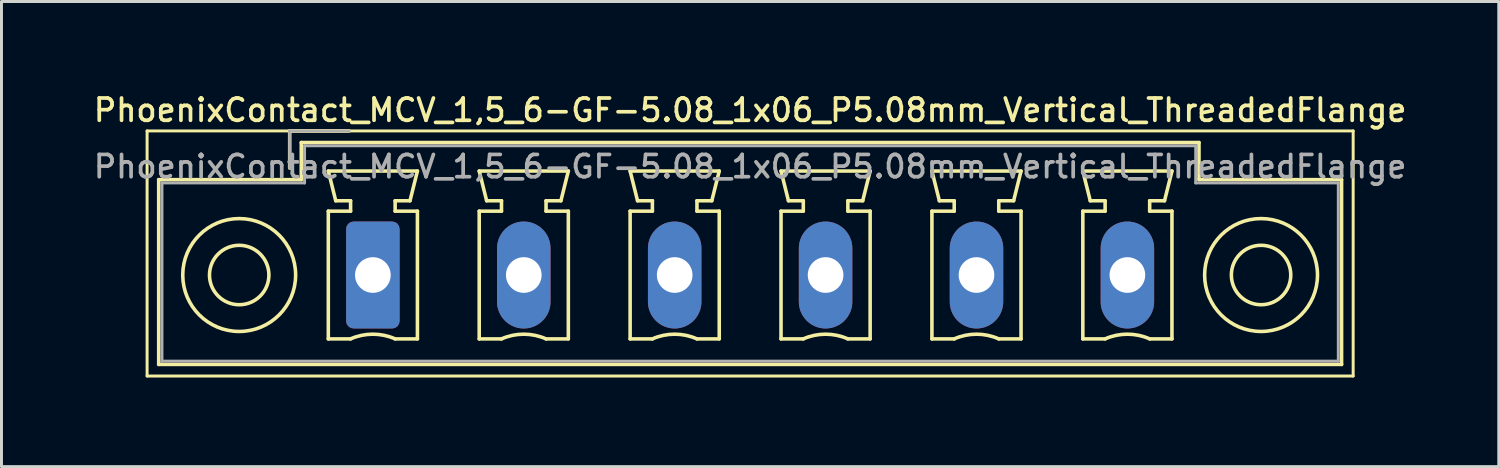
<source format=kicad_pcb>
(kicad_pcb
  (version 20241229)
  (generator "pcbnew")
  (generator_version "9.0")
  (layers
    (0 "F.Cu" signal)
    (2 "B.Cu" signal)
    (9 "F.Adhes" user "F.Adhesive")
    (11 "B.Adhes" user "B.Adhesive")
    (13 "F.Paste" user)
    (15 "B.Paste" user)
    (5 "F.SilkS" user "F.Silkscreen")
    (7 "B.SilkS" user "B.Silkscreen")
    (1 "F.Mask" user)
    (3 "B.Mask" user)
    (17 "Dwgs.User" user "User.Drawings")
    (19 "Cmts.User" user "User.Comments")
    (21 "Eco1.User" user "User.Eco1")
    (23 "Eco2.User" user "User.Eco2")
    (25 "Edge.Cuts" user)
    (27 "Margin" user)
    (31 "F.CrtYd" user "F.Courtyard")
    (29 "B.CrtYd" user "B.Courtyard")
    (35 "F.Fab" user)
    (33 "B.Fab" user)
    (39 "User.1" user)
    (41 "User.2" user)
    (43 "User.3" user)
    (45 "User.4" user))
  (footprint "PhoenixContact_MCV_1,5_6-GF-5.08_1x06_P5.08mm_Vertical_ThreadedFlange"
    (layer "F.Cu")
    (at 9.502 6.208)
    (property "Reference" "PhoenixContact_MCV_1,5_6-GF-5.08_1x06_P5.08mm_Vertical_ThreadedFlange" (at 12.7 -5.55 0) (layer "F.SilkS") (effects (font (size 0.75 0.75) (thickness 0.125))))
    (attr through_hole)
    (fp_line (start -7.6 -4.85) (end -7.6 3.4) (stroke (width 0.1) (type solid)) (layer "F.SilkS"))
    (fp_line (start -7.6 3.4) (end 33 3.4) (stroke (width 0.1) (type solid)) (layer "F.SilkS"))
    (fp_line (start -7.21 -3.21) (end -7.21 3.01) (stroke (width 0.12) (type solid)) (layer "F.SilkS"))
    (fp_line (start -7.21 3.01) (end 32.61 3.01) (stroke (width 0.12) (type solid)) (layer "F.SilkS"))
    (fp_line (start -2.8 -4.85) (end -0.8 -4.85) (stroke (width 0.12) (type solid)) (layer "F.SilkS"))
    (fp_line (start -2.8 -3.6) (end -2.8 -4.85) (stroke (width 0.12) (type solid)) (layer "F.SilkS"))
    (fp_line (start -2.41 -4.46) (end -2.41 -3.21) (stroke (width 0.12) (type solid)) (layer "F.SilkS"))
    (fp_line (start -2.41 -3.21) (end -7.21 -3.21) (stroke (width 0.12) (type solid)) (layer "F.SilkS"))
    (fp_line (start -1.5 -3.5) (end 1.5 -3.5) (stroke (width 0.12) (type solid)) (layer "F.SilkS"))
    (fp_line (start -1.5 -2.15) (end -0.75 -2.15) (stroke (width 0.12) (type solid)) (layer "F.SilkS"))
    (fp_line (start -1.5 2.15) (end -1.5 -2.15) (stroke (width 0.12) (type solid)) (layer "F.SilkS"))
    (fp_line (start -1.25 -2.5) (end -1.5 -3.5) (stroke (width 0.12) (type solid)) (layer "F.SilkS"))
    (fp_line (start -0.75 -2.5) (end -1.25 -2.5) (stroke (width 0.12) (type solid)) (layer "F.SilkS"))
    (fp_line (start -0.75 -2.15) (end -0.75 -2.5) (stroke (width 0.12) (type solid)) (layer "F.SilkS"))
    (fp_line (start -0.75 2.15) (end -1.5 2.15) (stroke (width 0.12) (type solid)) (layer "F.SilkS"))
    (fp_line (start 0.75 -2.5) (end 0.75 -2.15) (stroke (width 0.12) (type solid)) (layer "F.SilkS"))
    (fp_line (start 0.75 -2.15) (end 1.5 -2.15) (stroke (width 0.12) (type solid)) (layer "F.SilkS"))
    (fp_line (start 1.25 -2.5) (end 0.75 -2.5) (stroke (width 0.12) (type solid)) (layer "F.SilkS"))
    (fp_line (start 1.5 -3.5) (end 1.25 -2.5) (stroke (width 0.12) (type solid)) (layer "F.SilkS"))
    (fp_line (start 1.5 -2.15) (end 1.5 2.15) (stroke (width 0.12) (type solid)) (layer "F.SilkS"))
    (fp_line (start 1.5 2.15) (end 0.75 2.15) (stroke (width 0.12) (type solid)) (layer "F.SilkS"))
    (fp_line (start 3.58 -3.5) (end 6.58 -3.5) (stroke (width 0.12) (type solid)) (layer "F.SilkS"))
    (fp_line (start 3.58 -2.15) (end 4.33 -2.15) (stroke (width 0.12) (type solid)) (layer "F.SilkS"))
    (fp_line (start 3.58 2.15) (end 3.58 -2.15) (stroke (width 0.12) (type solid)) (layer "F.SilkS"))
    (fp_line (start 3.83 -2.5) (end 3.58 -3.5) (stroke (width 0.12) (type solid)) (layer "F.SilkS"))
    (fp_line (start 4.33 -2.5) (end 3.83 -2.5) (stroke (width 0.12) (type solid)) (layer "F.SilkS"))
    (fp_line (start 4.33 -2.15) (end 4.33 -2.5) (stroke (width 0.12) (type solid)) (layer "F.SilkS"))
    (fp_line (start 4.33 2.15) (end 3.58 2.15) (stroke (width 0.12) (type solid)) (layer "F.SilkS"))
    (fp_line (start 5.83 -2.5) (end 5.83 -2.15) (stroke (width 0.12) (type solid)) (layer "F.SilkS"))
    (fp_line (start 5.83 -2.15) (end 6.58 -2.15) (stroke (width 0.12) (type solid)) (layer "F.SilkS"))
    (fp_line (start 6.33 -2.5) (end 5.83 -2.5) (stroke (width 0.12) (type solid)) (layer "F.SilkS"))
    (fp_line (start 6.58 -3.5) (end 6.33 -2.5) (stroke (width 0.12) (type solid)) (layer "F.SilkS"))
    (fp_line (start 6.58 -2.15) (end 6.58 2.15) (stroke (width 0.12) (type solid)) (layer "F.SilkS"))
    (fp_line (start 6.58 2.15) (end 5.83 2.15) (stroke (width 0.12) (type solid)) (layer "F.SilkS"))
    (fp_line (start 8.66 -3.5) (end 11.66 -3.5) (stroke (width 0.12) (type solid)) (layer "F.SilkS"))
    (fp_line (start 8.66 -2.15) (end 9.41 -2.15) (stroke (width 0.12) (type solid)) (layer "F.SilkS"))
    (fp_line (start 8.66 2.15) (end 8.66 -2.15) (stroke (width 0.12) (type solid)) (layer "F.SilkS"))
    (fp_line (start 8.91 -2.5) (end 8.66 -3.5) (stroke (width 0.12) (type solid)) (layer "F.SilkS"))
    (fp_line (start 9.41 -2.5) (end 8.91 -2.5) (stroke (width 0.12) (type solid)) (layer "F.SilkS"))
    (fp_line (start 9.41 -2.15) (end 9.41 -2.5) (stroke (width 0.12) (type solid)) (layer "F.SilkS"))
    (fp_line (start 9.41 2.15) (end 8.66 2.15) (stroke (width 0.12) (type solid)) (layer "F.SilkS"))
    (fp_line (start 10.91 -2.5) (end 10.91 -2.15) (stroke (width 0.12) (type solid)) (layer "F.SilkS"))
    (fp_line (start 10.91 -2.15) (end 11.66 -2.15) (stroke (width 0.12) (type solid)) (layer "F.SilkS"))
    (fp_line (start 11.41 -2.5) (end 10.91 -2.5) (stroke (width 0.12) (type solid)) (layer "F.SilkS"))
    (fp_line (start 11.66 -3.5) (end 11.41 -2.5) (stroke (width 0.12) (type solid)) (layer "F.SilkS"))
    (fp_line (start 11.66 -2.15) (end 11.66 2.15) (stroke (width 0.12) (type solid)) (layer "F.SilkS"))
    (fp_line (start 11.66 2.15) (end 10.91 2.15) (stroke (width 0.12) (type solid)) (layer "F.SilkS"))
    (fp_line (start 13.74 -3.5) (end 16.74 -3.5) (stroke (width 0.12) (type solid)) (layer "F.SilkS"))
    (fp_line (start 13.74 -2.15) (end 14.49 -2.15) (stroke (width 0.12) (type solid)) (layer "F.SilkS"))
    (fp_line (start 13.74 2.15) (end 13.74 -2.15) (stroke (width 0.12) (type solid)) (layer "F.SilkS"))
    (fp_line (start 13.99 -2.5) (end 13.74 -3.5) (stroke (width 0.12) (type solid)) (layer "F.SilkS"))
    (fp_line (start 14.49 -2.5) (end 13.99 -2.5) (stroke (width 0.12) (type solid)) (layer "F.SilkS"))
    (fp_line (start 14.49 -2.15) (end 14.49 -2.5) (stroke (width 0.12) (type solid)) (layer "F.SilkS"))
    (fp_line (start 14.49 2.15) (end 13.74 2.15) (stroke (width 0.12) (type solid)) (layer "F.SilkS"))
    (fp_line (start 15.99 -2.5) (end 15.99 -2.15) (stroke (width 0.12) (type solid)) (layer "F.SilkS"))
    (fp_line (start 15.99 -2.15) (end 16.74 -2.15) (stroke (width 0.12) (type solid)) (layer "F.SilkS"))
    (fp_line (start 16.49 -2.5) (end 15.99 -2.5) (stroke (width 0.12) (type solid)) (layer "F.SilkS"))
    (fp_line (start 16.74 -3.5) (end 16.49 -2.5) (stroke (width 0.12) (type solid)) (layer "F.SilkS"))
    (fp_line (start 16.74 -2.15) (end 16.74 2.15) (stroke (width 0.12) (type solid)) (layer "F.SilkS"))
    (fp_line (start 16.74 2.15) (end 15.99 2.15) (stroke (width 0.12) (type solid)) (layer "F.SilkS"))
    (fp_line (start 18.82 -3.5) (end 21.82 -3.5) (stroke (width 0.12) (type solid)) (layer "F.SilkS"))
    (fp_line (start 18.82 -2.15) (end 19.57 -2.15) (stroke (width 0.12) (type solid)) (layer "F.SilkS"))
    (fp_line (start 18.82 2.15) (end 18.82 -2.15) (stroke (width 0.12) (type solid)) (layer "F.SilkS"))
    (fp_line (start 19.07 -2.5) (end 18.82 -3.5) (stroke (width 0.12) (type solid)) (layer "F.SilkS"))
    (fp_line (start 19.57 -2.5) (end 19.07 -2.5) (stroke (width 0.12) (type solid)) (layer "F.SilkS"))
    (fp_line (start 19.57 -2.15) (end 19.57 -2.5) (stroke (width 0.12) (type solid)) (layer "F.SilkS"))
    (fp_line (start 19.57 2.15) (end 18.82 2.15) (stroke (width 0.12) (type solid)) (layer "F.SilkS"))
    (fp_line (start 21.07 -2.5) (end 21.07 -2.15) (stroke (width 0.12) (type solid)) (layer "F.SilkS"))
    (fp_line (start 21.07 -2.15) (end 21.82 -2.15) (stroke (width 0.12) (type solid)) (layer "F.SilkS"))
    (fp_line (start 21.57 -2.5) (end 21.07 -2.5) (stroke (width 0.12) (type solid)) (layer "F.SilkS"))
    (fp_line (start 21.82 -3.5) (end 21.57 -2.5) (stroke (width 0.12) (type solid)) (layer "F.SilkS"))
    (fp_line (start 21.82 -2.15) (end 21.82 2.15) (stroke (width 0.12) (type solid)) (layer "F.SilkS"))
    (fp_line (start 21.82 2.15) (end 21.07 2.15) (stroke (width 0.12) (type solid)) (layer "F.SilkS"))
    (fp_line (start 23.9 -3.5) (end 26.9 -3.5) (stroke (width 0.12) (type solid)) (layer "F.SilkS"))
    (fp_line (start 23.9 -2.15) (end 24.65 -2.15) (stroke (width 0.12) (type solid)) (layer "F.SilkS"))
    (fp_line (start 23.9 2.15) (end 23.9 -2.15) (stroke (width 0.12) (type solid)) (layer "F.SilkS"))
    (fp_line (start 24.15 -2.5) (end 23.9 -3.5) (stroke (width 0.12) (type solid)) (layer "F.SilkS"))
    (fp_line (start 24.65 -2.5) (end 24.15 -2.5) (stroke (width 0.12) (type solid)) (layer "F.SilkS"))
    (fp_line (start 24.65 -2.15) (end 24.65 -2.5) (stroke (width 0.12) (type solid)) (layer "F.SilkS"))
    (fp_line (start 24.65 2.15) (end 23.9 2.15) (stroke (width 0.12) (type solid)) (layer "F.SilkS"))
    (fp_line (start 26.15 -2.5) (end 26.15 -2.15) (stroke (width 0.12) (type solid)) (layer "F.SilkS"))
    (fp_line (start 26.15 -2.15) (end 26.9 -2.15) (stroke (width 0.12) (type solid)) (layer "F.SilkS"))
    (fp_line (start 26.65 -2.5) (end 26.15 -2.5) (stroke (width 0.12) (type solid)) (layer "F.SilkS"))
    (fp_line (start 26.9 -3.5) (end 26.65 -2.5) (stroke (width 0.12) (type solid)) (layer "F.SilkS"))
    (fp_line (start 26.9 -2.15) (end 26.9 2.15) (stroke (width 0.12) (type solid)) (layer "F.SilkS"))
    (fp_line (start 26.9 2.15) (end 26.15 2.15) (stroke (width 0.12) (type solid)) (layer "F.SilkS"))
    (fp_line (start 27.81 -4.46) (end -2.41 -4.46) (stroke (width 0.12) (type solid)) (layer "F.SilkS"))
    (fp_line (start 27.81 -3.21) (end 27.81 -4.46) (stroke (width 0.12) (type solid)) (layer "F.SilkS"))
    (fp_line (start 32.61 -3.21) (end 27.81 -3.21) (stroke (width 0.12) (type solid)) (layer "F.SilkS"))
    (fp_line (start 32.61 3.01) (end 32.61 -3.21) (stroke (width 0.12) (type solid)) (layer "F.SilkS"))
    (fp_line (start 33 -4.85) (end -7.6 -4.85) (stroke (width 0.1) (type solid)) (layer "F.SilkS"))
    (fp_line (start 33 3.4) (end 33 -4.85) (stroke (width 0.1) (type solid)) (layer "F.SilkS"))
    (fp_arc (start -0.75 2.15) (mid -0.000193 1.99191) (end 0.749647 2.149844) (stroke (width 0.12) (type solid)) (layer "F.SilkS"))
    (fp_arc (start 4.33 2.15) (mid 5.079807 1.99191) (end 5.829647 2.149844) (stroke (width 0.12) (type solid)) (layer "F.SilkS"))
    (fp_arc (start 9.41 2.15) (mid 10.159807 1.99191) (end 10.909647 2.149844) (stroke (width 0.12) (type solid)) (layer "F.SilkS"))
    (fp_arc (start 14.49 2.15) (mid 15.239807 1.99191) (end 15.989647 2.149844) (stroke (width 0.12) (type solid)) (layer "F.SilkS"))
    (fp_arc (start 19.57 2.15) (mid 20.319807 1.99191) (end 21.069647 2.149844) (stroke (width 0.12) (type solid)) (layer "F.SilkS"))
    (fp_arc (start 24.65 2.15) (mid 25.399807 1.99191) (end 26.149647 2.149844) (stroke (width 0.12) (type solid)) (layer "F.SilkS"))
    (fp_circle (center -4.5 0) (end -3.5 0) (stroke (width 0.12) (type solid)) (fill no) (layer "F.SilkS"))
    (fp_circle (center -4.5 0) (end -2.6 0) (stroke (width 0.12) (type solid)) (fill no) (layer "F.SilkS"))
    (fp_circle (center 29.9 0) (end 30.9 0) (stroke (width 0.12) (type solid)) (fill no) (layer "F.SilkS"))
    (fp_circle (center 29.9 0) (end 31.8 0) (stroke (width 0.12) (type solid)) (fill no) (layer "F.SilkS"))
    (fp_line (start -7.1 -3.1) (end -7.1 2.9) (stroke (width 0.1) (type solid)) (layer "F.Fab"))
    (fp_line (start -7.1 2.9) (end 32.5 2.9) (stroke (width 0.1) (type solid)) (layer "F.Fab"))
    (fp_line (start -2.8 -4.85) (end -0.8 -4.85) (stroke (width 0.1) (type solid)) (layer "F.Fab"))
    (fp_line (start -2.8 -3.6) (end -2.8 -4.85) (stroke (width 0.1) (type solid)) (layer "F.Fab"))
    (fp_line (start -2.3 -4.35) (end -2.3 -3.1) (stroke (width 0.1) (type solid)) (layer "F.Fab"))
    (fp_line (start -2.3 -3.1) (end -7.1 -3.1) (stroke (width 0.1) (type solid)) (layer "F.Fab"))
    (fp_line (start 27.7 -4.35) (end -2.3 -4.35) (stroke (width 0.1) (type solid)) (layer "F.Fab"))
    (fp_line (start 27.7 -3.1) (end 27.7 -4.35) (stroke (width 0.1) (type solid)) (layer "F.Fab"))
    (fp_line (start 32.5 -3.1) (end 27.7 -3.1) (stroke (width 0.1) (type solid)) (layer "F.Fab"))
    (fp_line (start 32.5 2.9) (end 32.5 -3.1) (stroke (width 0.1) (type solid)) (layer "F.Fab"))
    (fp_text user "${REFERENCE}" (at 12.7 -3.65 0) (layer "F.Fab") (effects (font (size 0.75 0.75) (thickness 0.125))))
    (pad "1" thru_hole roundrect (at 0 0) (size 1.8 3.6) (drill 1.2) (layers "*.Cu" "*.Mask") (roundrect_rratio 0.139))
    (pad "2" thru_hole oval (at 5.08 0) (size 1.8 3.6) (drill 1.2) (layers "*.Cu" "*.Mask"))
    (pad "3" thru_hole oval (at 10.16 0) (size 1.8 3.6) (drill 1.2) (layers "*.Cu" "*.Mask"))
    (pad "4" thru_hole oval (at 15.24 0) (size 1.8 3.6) (drill 1.2) (layers "*.Cu" "*.Mask"))
    (pad "5" thru_hole oval (at 20.32 0) (size 1.8 3.6) (drill 1.2) (layers "*.Cu" "*.Mask"))
    (pad "6" thru_hole oval (at 25.4 0) (size 1.8 3.6) (drill 1.2) (layers "*.Cu" "*.Mask")))
  (gr_rect
    (start -3 -3)
    (end 47.404 12.658)
    (stroke (width 0.1) (type default))
    (fill no)
    (layer "Edge.Cuts")))
</source>
